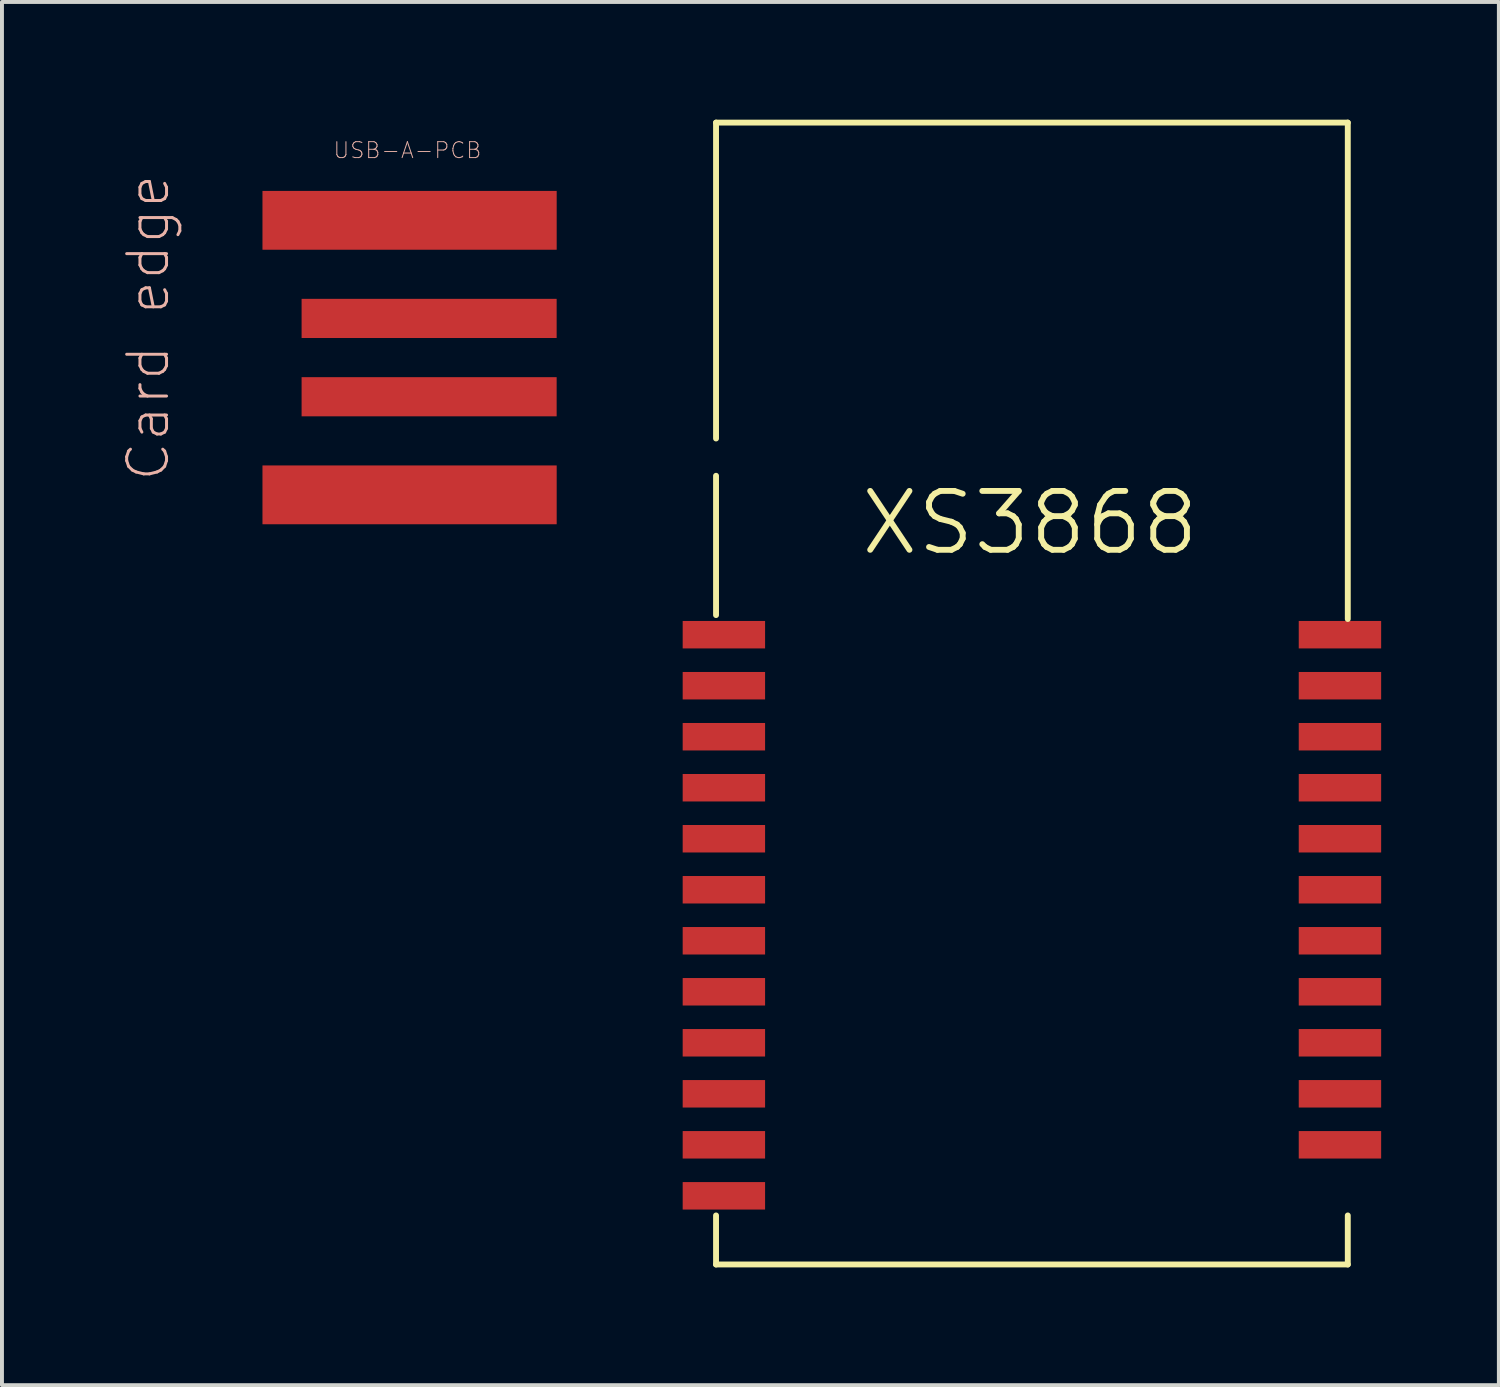
<source format=kicad_pcb>
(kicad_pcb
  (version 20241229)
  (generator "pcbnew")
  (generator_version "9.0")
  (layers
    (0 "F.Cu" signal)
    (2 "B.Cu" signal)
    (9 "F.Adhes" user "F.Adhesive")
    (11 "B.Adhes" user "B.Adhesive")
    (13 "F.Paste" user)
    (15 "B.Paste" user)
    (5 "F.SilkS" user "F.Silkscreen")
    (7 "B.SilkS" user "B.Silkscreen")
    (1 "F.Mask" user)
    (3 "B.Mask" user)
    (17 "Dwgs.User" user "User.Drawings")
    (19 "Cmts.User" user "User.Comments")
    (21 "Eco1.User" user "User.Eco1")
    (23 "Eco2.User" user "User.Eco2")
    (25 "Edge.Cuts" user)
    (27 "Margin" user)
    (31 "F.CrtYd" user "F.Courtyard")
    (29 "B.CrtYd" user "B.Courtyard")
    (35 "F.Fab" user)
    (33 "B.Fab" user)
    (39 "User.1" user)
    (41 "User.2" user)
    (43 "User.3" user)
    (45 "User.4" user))
  (footprint "USB-A-PCB"
    (layer "F.Cu")
    (at 7.586 6.063)
    (property "Reference" "USB-A-PCB" (at -0.254 -5.283 0) (layer "B.SilkS") (effects (font (size 0.406 0.406) (thickness 0.025))))
    (attr smd)
    (fp_line (start -4.999 -5.999) (end 3.698 -5.999) (stroke (width 0.127) (type solid)) (layer "Eco1.User"))
    (fp_line (start -4.999 5.999) (end -4.999 -5.999) (stroke (width 0.127) (type solid)) (layer "Eco1.User"))
    (fp_line (start 3.698 -5.999) (end 3.698 5.999) (stroke (width 0.127) (type solid)) (layer "Eco1.User"))
    (fp_line (start 3.698 5.999) (end -4.999 5.999) (stroke (width 0.127) (type solid)) (layer "Eco1.User"))
    (fp_text user "Card edge" (at -6.858 -0.762 90) (layer "B.SilkS") (effects (font (size 1.016 1.016) (thickness 0.076))))
    (pad "1" smd rect (at -0.198 3.498) (size 7.498 1.499) (layers "F.Cu" "F.Mask" "F.Paste"))
    (pad "2" smd rect (at 0.3 0.998) (size 6.5 0.998) (layers "F.Cu" "F.Mask" "F.Paste"))
    (pad "3" smd rect (at 0.3 -0.998) (size 6.5 0.998) (layers "F.Cu" "F.Mask" "F.Paste"))
    (pad "4" smd rect (at -0.198 -3.498) (size 7.498 1.499) (layers "F.Cu" "F.Mask" "F.Paste")))
  (footprint "XS3868"
    (layer "F.Cu")
    (at 15.398 28.975)
    (property "Reference" "XS3868" (at 7.8 -18.7 0) (layer "F.SilkS") (effects (font (size 1.5 1.5) (thickness 0.15))))
    (attr through_hole)
    (fp_line (start -0.2 -28.9) (end -0.2 -20.85) (stroke (width 0.15) (type solid)) (layer "F.SilkS"))
    (fp_line (start -0.2 -19.9) (end -0.2 -16.35) (stroke (width 0.15) (type solid)) (layer "F.SilkS"))
    (fp_line (start -0.2 -1.05) (end -0.2 0.2) (stroke (width 0.15) (type solid)) (layer "F.SilkS"))
    (fp_line (start -0.2 0.2) (end 15.9 0.2) (stroke (width 0.15) (type solid)) (layer "F.SilkS"))
    (fp_line (start 15.9 -28.9) (end -0.2 -28.9) (stroke (width 0.15) (type solid)) (layer "F.SilkS"))
    (fp_line (start 15.9 -16.25) (end 15.9 -28.9) (stroke (width 0.15) (type solid)) (layer "F.SilkS"))
    (fp_line (start 15.9 0.2) (end 15.9 -1.05) (stroke (width 0.15) (type solid)) (layer "F.SilkS"))
    (pad "1" smd rect (at 0 -15.85) (size 2.1 0.7) (layers "F.Cu" "F.Mask" "F.Paste"))
    (pad "2" smd rect (at 0 -14.55) (size 2.1 0.7) (layers "F.Cu" "F.Mask" "F.Paste"))
    (pad "3" smd rect (at 0 -13.25) (size 2.1 0.7) (layers "F.Cu" "F.Mask" "F.Paste"))
    (pad "4" smd rect (at 0 -11.95) (size 2.1 0.7) (layers "F.Cu" "F.Mask" "F.Paste"))
    (pad "5" smd rect (at 0 -10.65) (size 2.1 0.7) (layers "F.Cu" "F.Mask" "F.Paste"))
    (pad "6" smd rect (at 0 -9.35) (size 2.1 0.7) (layers "F.Cu" "F.Mask" "F.Paste"))
    (pad "7" smd rect (at 0 -8.05) (size 2.1 0.7) (layers "F.Cu" "F.Mask" "F.Paste"))
    (pad "8" smd rect (at 0 -6.75) (size 2.1 0.7) (layers "F.Cu" "F.Mask" "F.Paste"))
    (pad "9" smd rect (at 0 -5.45) (size 2.1 0.7) (layers "F.Cu" "F.Mask" "F.Paste"))
    (pad "10" smd rect (at 0 -4.15) (size 2.1 0.7) (layers "F.Cu" "F.Mask" "F.Paste"))
    (pad "11" smd rect (at 0 -2.85) (size 2.1 0.7) (layers "F.Cu" "F.Mask" "F.Paste"))
    (pad "12" smd rect (at 0 -1.55) (size 2.1 0.7) (layers "F.Cu" "F.Mask" "F.Paste"))
    (pad "13" smd rect (at 15.7 -2.85) (size 2.1 0.7) (layers "F.Cu" "F.Mask" "F.Paste"))
    (pad "14" smd rect (at 15.7 -4.15) (size 2.1 0.7) (layers "F.Cu" "F.Mask" "F.Paste"))
    (pad "15" smd rect (at 15.7 -5.45) (size 2.1 0.7) (layers "F.Cu" "F.Mask" "F.Paste"))
    (pad "16" smd rect (at 15.7 -6.75) (size 2.1 0.7) (layers "F.Cu" "F.Mask" "F.Paste"))
    (pad "17" smd rect (at 15.7 -8.05) (size 2.1 0.7) (layers "F.Cu" "F.Mask" "F.Paste"))
    (pad "18" smd rect (at 15.7 -9.35) (size 2.1 0.7) (layers "F.Cu" "F.Mask" "F.Paste"))
    (pad "19" smd rect (at 15.7 -10.65) (size 2.1 0.7) (layers "F.Cu" "F.Mask" "F.Paste"))
    (pad "20" smd rect (at 15.7 -11.95) (size 2.1 0.7) (layers "F.Cu" "F.Mask" "F.Paste"))
    (pad "21" smd rect (at 15.7 -13.25) (size 2.1 0.7) (layers "F.Cu" "F.Mask" "F.Paste"))
    (pad "22" smd rect (at 15.7 -14.55) (size 2.1 0.7) (layers "F.Cu" "F.Mask" "F.Paste"))
    (pad "23" smd rect (at 15.7 -15.85) (size 2.1 0.7) (layers "F.Cu" "F.Mask" "F.Paste")))
  (gr_rect
    (start -3 -3)
    (end 35.148 32.25)
    (stroke (width 0.1) (type default))
    (fill no)
    (layer "Edge.Cuts")))
</source>
